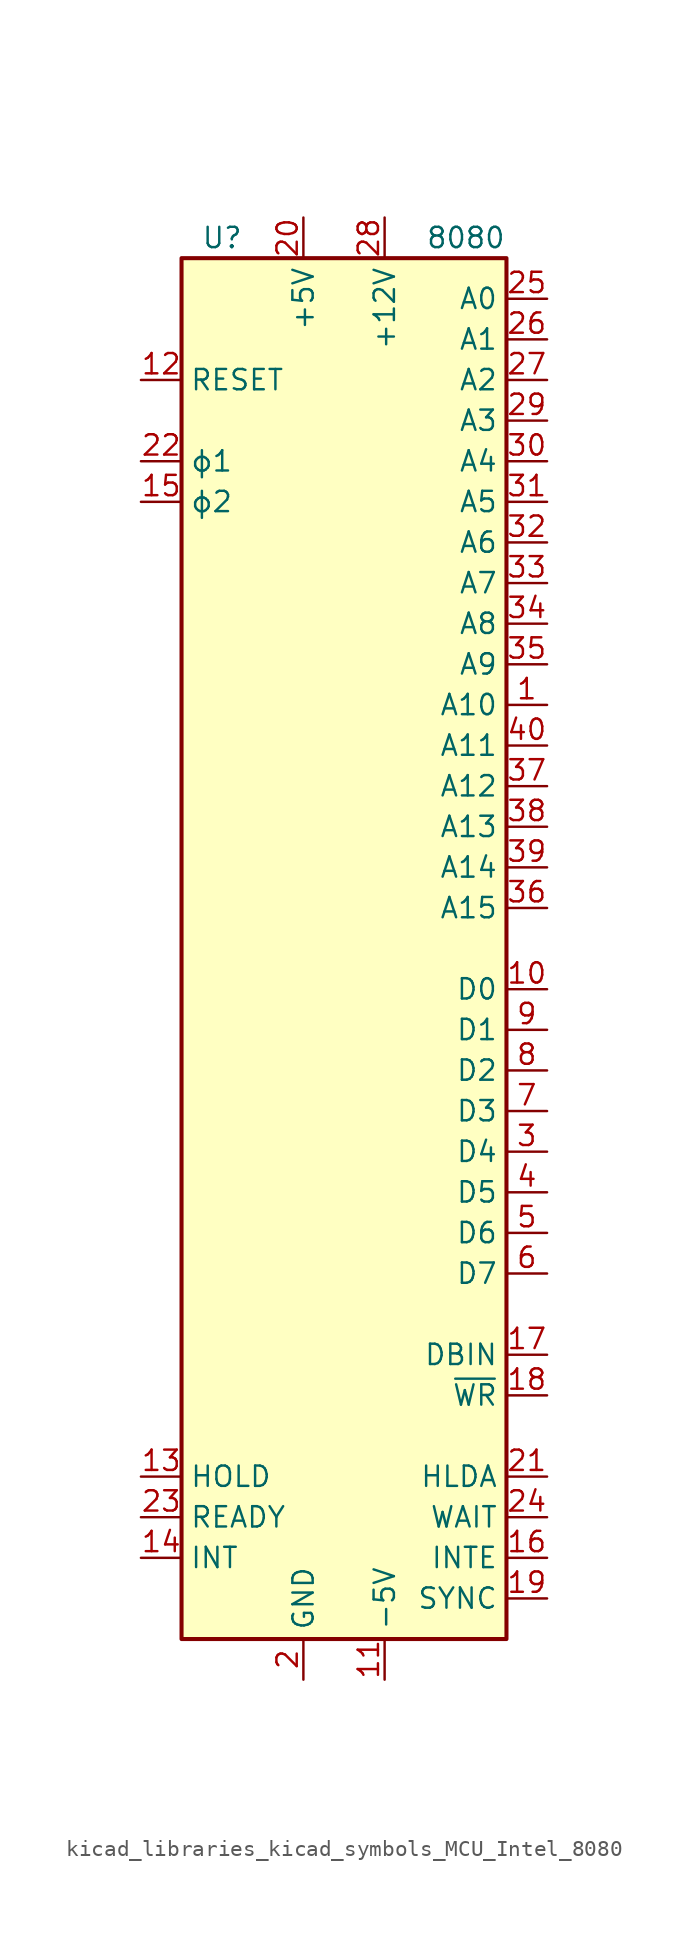
<source format=kicad_sym>
(kicad_symbol_lib
  (version 20220914)
  (generator kicad_symbol_editor)
  (symbol "kicad_libraries_kicad_symbols_MCU_Intel_8080"
    (property "Reference" "U"
      (at -7.62 44.45 0)
      (effects (font (size 1.27 1.27))))
    (property "Value" "8080"
      (at 7.62 44.45 0)
      (effects (font (size 1.27 1.27))))
    (symbol "kicad_libraries_kicad_symbols_MCU_Intel_8080_0_1"
      (rectangle (start -10.16 43.18) (end 10.16 -43.18) (stroke (width 0.254) (type default)) (fill (type background))))
    (symbol "kicad_libraries_kicad_symbols_MCU_Intel_8080_1_1"
      (pin output line (at 12.7 15.24 180) (length 2.54) (name "A10" (effects (font (size 1.27 1.27)))) (number "1" (effects (font (size 1.27 1.27)))))
      (pin bidirectional line (at 12.7 -2.54 180) (length 2.54) (name "D0" (effects (font (size 1.27 1.27)))) (number "10" (effects (font (size 1.27 1.27)))))
      (pin power_in line (at 2.54 -45.72 90) (length 2.54) (name "-5V" (effects (font (size 1.27 1.27)))) (number "11" (effects (font (size 1.27 1.27)))))
      (pin input line (at -12.7 35.56 0) (length 2.54) (name "RESET" (effects (font (size 1.27 1.27)))) (number "12" (effects (font (size 1.27 1.27)))))
      (pin input line (at -12.7 -33.02 0) (length 2.54) (name "HOLD" (effects (font (size 1.27 1.27)))) (number "13" (effects (font (size 1.27 1.27)))))
      (pin input line (at -12.7 -38.1 0) (length 2.54) (name "INT" (effects (font (size 1.27 1.27)))) (number "14" (effects (font (size 1.27 1.27)))))
      (pin input line (at -12.7 27.94 0) (length 2.54) (name "ϕ2" (effects (font (size 1.27 1.27)))) (number "15" (effects (font (size 1.27 1.27)))))
      (pin output line (at 12.7 -38.1 180) (length 2.54) (name "INTE" (effects (font (size 1.27 1.27)))) (number "16" (effects (font (size 1.27 1.27)))))
      (pin output line (at 12.7 -25.4 180) (length 2.54) (name "DBIN" (effects (font (size 1.27 1.27)))) (number "17" (effects (font (size 1.27 1.27)))))
      (pin output line (at 12.7 -27.94 180) (length 2.54) (name "~{WR}" (effects (font (size 1.27 1.27)))) (number "18" (effects (font (size 1.27 1.27)))))
      (pin output line (at 12.7 -40.64 180) (length 2.54) (name "SYNC" (effects (font (size 1.27 1.27)))) (number "19" (effects (font (size 1.27 1.27)))))
      (pin power_in line (at -2.54 -45.72 90) (length 2.54) (name "GND" (effects (font (size 1.27 1.27)))) (number "2" (effects (font (size 1.27 1.27)))))
      (pin power_in line (at -2.54 45.72 270) (length 2.54) (name "+5V" (effects (font (size 1.27 1.27)))) (number "20" (effects (font (size 1.27 1.27)))))
      (pin output line (at 12.7 -33.02 180) (length 2.54) (name "HLDA" (effects (font (size 1.27 1.27)))) (number "21" (effects (font (size 1.27 1.27)))))
      (pin input line (at -12.7 30.48 0) (length 2.54) (name "ϕ1" (effects (font (size 1.27 1.27)))) (number "22" (effects (font (size 1.27 1.27)))))
      (pin input line (at -12.7 -35.56 0) (length 2.54) (name "READY" (effects (font (size 1.27 1.27)))) (number "23" (effects (font (size 1.27 1.27)))))
      (pin output line (at 12.7 -35.56 180) (length 2.54) (name "WAIT" (effects (font (size 1.27 1.27)))) (number "24" (effects (font (size 1.27 1.27)))))
      (pin output line (at 12.7 40.64 180) (length 2.54) (name "A0" (effects (font (size 1.27 1.27)))) (number "25" (effects (font (size 1.27 1.27)))))
      (pin output line (at 12.7 38.1 180) (length 2.54) (name "A1" (effects (font (size 1.27 1.27)))) (number "26" (effects (font (size 1.27 1.27)))))
      (pin output line (at 12.7 35.56 180) (length 2.54) (name "A2" (effects (font (size 1.27 1.27)))) (number "27" (effects (font (size 1.27 1.27)))))
      (pin power_in line (at 2.54 45.72 270) (length 2.54) (name "+12V" (effects (font (size 1.27 1.27)))) (number "28" (effects (font (size 1.27 1.27)))))
      (pin output line (at 12.7 33.02 180) (length 2.54) (name "A3" (effects (font (size 1.27 1.27)))) (number "29" (effects (font (size 1.27 1.27)))))
      (pin bidirectional line (at 12.7 -12.7 180) (length 2.54) (name "D4" (effects (font (size 1.27 1.27)))) (number "3" (effects (font (size 1.27 1.27)))))
      (pin output line (at 12.7 30.48 180) (length 2.54) (name "A4" (effects (font (size 1.27 1.27)))) (number "30" (effects (font (size 1.27 1.27)))))
      (pin output line (at 12.7 27.94 180) (length 2.54) (name "A5" (effects (font (size 1.27 1.27)))) (number "31" (effects (font (size 1.27 1.27)))))
      (pin output line (at 12.7 25.4 180) (length 2.54) (name "A6" (effects (font (size 1.27 1.27)))) (number "32" (effects (font (size 1.27 1.27)))))
      (pin output line (at 12.7 22.86 180) (length 2.54) (name "A7" (effects (font (size 1.27 1.27)))) (number "33" (effects (font (size 1.27 1.27)))))
      (pin output line (at 12.7 20.32 180) (length 2.54) (name "A8" (effects (font (size 1.27 1.27)))) (number "34" (effects (font (size 1.27 1.27)))))
      (pin output line (at 12.7 17.78 180) (length 2.54) (name "A9" (effects (font (size 1.27 1.27)))) (number "35" (effects (font (size 1.27 1.27)))))
      (pin output line (at 12.7 2.54 180) (length 2.54) (name "A15" (effects (font (size 1.27 1.27)))) (number "36" (effects (font (size 1.27 1.27)))))
      (pin output line (at 12.7 10.16 180) (length 2.54) (name "A12" (effects (font (size 1.27 1.27)))) (number "37" (effects (font (size 1.27 1.27)))))
      (pin output line (at 12.7 7.62 180) (length 2.54) (name "A13" (effects (font (size 1.27 1.27)))) (number "38" (effects (font (size 1.27 1.27)))))
      (pin output line (at 12.7 5.08 180) (length 2.54) (name "A14" (effects (font (size 1.27 1.27)))) (number "39" (effects (font (size 1.27 1.27)))))
      (pin bidirectional line (at 12.7 -15.24 180) (length 2.54) (name "D5" (effects (font (size 1.27 1.27)))) (number "4" (effects (font (size 1.27 1.27)))))
      (pin output line (at 12.7 12.7 180) (length 2.54) (name "A11" (effects (font (size 1.27 1.27)))) (number "40" (effects (font (size 1.27 1.27)))))
      (pin bidirectional line (at 12.7 -17.78 180) (length 2.54) (name "D6" (effects (font (size 1.27 1.27)))) (number "5" (effects (font (size 1.27 1.27)))))
      (pin bidirectional line (at 12.7 -20.32 180) (length 2.54) (name "D7" (effects (font (size 1.27 1.27)))) (number "6" (effects (font (size 1.27 1.27)))))
      (pin bidirectional line (at 12.7 -10.16 180) (length 2.54) (name "D3" (effects (font (size 1.27 1.27)))) (number "7" (effects (font (size 1.27 1.27)))))
      (pin bidirectional line (at 12.7 -7.62 180) (length 2.54) (name "D2" (effects (font (size 1.27 1.27)))) (number "8" (effects (font (size 1.27 1.27)))))
      (pin bidirectional line (at 12.7 -5.08 180) (length 2.54) (name "D1" (effects (font (size 1.27 1.27)))) (number "9" (effects (font (size 1.27 1.27))))))))
</source>
